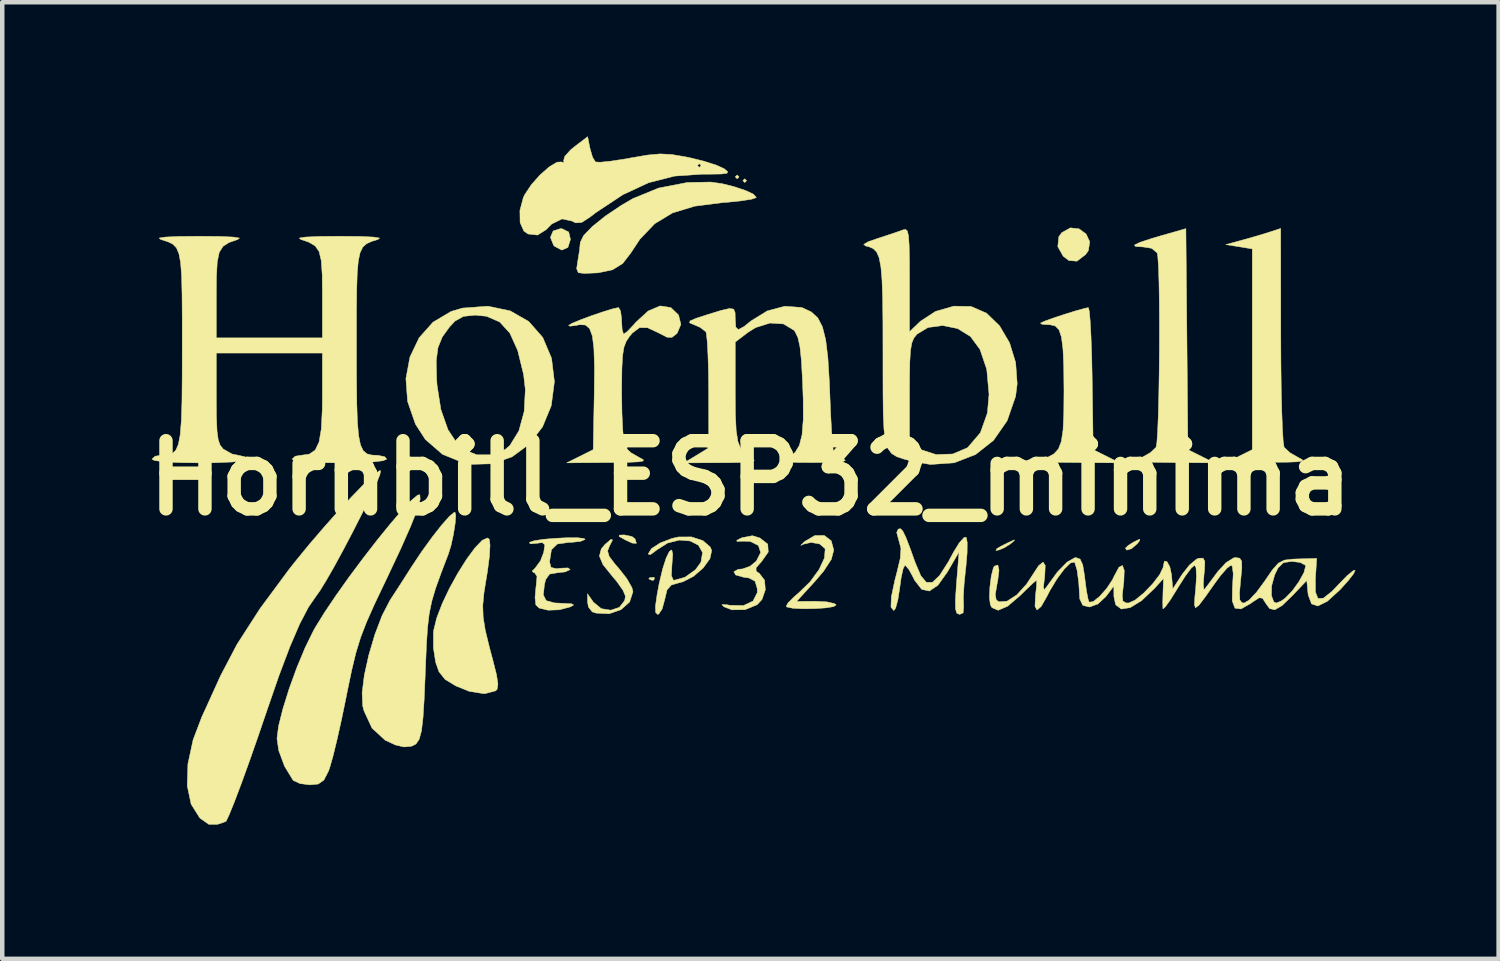
<source format=kicad_pcb>
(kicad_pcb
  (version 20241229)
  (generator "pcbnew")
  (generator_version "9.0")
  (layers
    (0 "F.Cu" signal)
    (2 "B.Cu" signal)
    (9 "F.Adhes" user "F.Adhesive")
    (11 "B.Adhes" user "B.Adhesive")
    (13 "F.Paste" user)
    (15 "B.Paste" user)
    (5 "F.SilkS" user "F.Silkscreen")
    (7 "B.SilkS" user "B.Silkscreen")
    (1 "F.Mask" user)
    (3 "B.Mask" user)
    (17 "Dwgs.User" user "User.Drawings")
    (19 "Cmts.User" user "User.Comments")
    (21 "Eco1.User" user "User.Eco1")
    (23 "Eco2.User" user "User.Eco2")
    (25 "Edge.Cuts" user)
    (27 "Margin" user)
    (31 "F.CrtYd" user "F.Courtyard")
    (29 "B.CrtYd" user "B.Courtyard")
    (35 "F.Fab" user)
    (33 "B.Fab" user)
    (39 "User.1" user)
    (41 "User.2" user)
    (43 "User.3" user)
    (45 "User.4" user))
  (footprint "Hornbill_ESP32_minima"
    (layer "F.Cu")
    (at 13.723 7.635)
    (property "Reference" "Hornbill_ESP32_minima" (at 0 0 0) (layer "F.SilkS") (effects (font (size 1.524 1.524) (thickness 0.3))))
    (attr through_hole)
    (fp_poly (pts (xy -0.254 -6.731) (xy -0.296 -6.689) (xy -0.339 -6.731) (xy -0.296 -6.773) (xy -0.254 -6.731)) (stroke (width 0.01) (type solid)) (fill yes) (layer "F.SilkS"))
    (fp_poly (pts (xy -0.085 -6.646) (xy -0.127 -6.604) (xy -0.169 -6.646) (xy -0.127 -6.689) (xy -0.085 -6.646)) (stroke (width 0.01) (type solid)) (fill yes) (layer "F.SilkS"))
    (fp_poly (pts (xy -2.145 2.23) (xy -2.157 2.28) (xy -2.201 2.286) (xy -2.271 2.255) (xy -2.258 2.23) (xy -2.157 2.219) (xy -2.145 2.23)) (stroke (width 0.01) (type solid)) (fill yes) (layer "F.SilkS"))
    (fp_poly (pts (xy -2.648 1.307) (xy -2.579 1.36) (xy -2.547 1.46) (xy -2.643 1.454) (xy -2.794 1.384) (xy -2.935 1.305) (xy -2.93 1.276) (xy -2.82 1.271) (xy -2.648 1.307)) (stroke (width 0.01) (type solid)) (fill yes) (layer "F.SilkS"))
    (fp_poly (pts (xy 8.701 1.399) (xy 8.647 1.468) (xy 8.52 1.578) (xy 8.414 1.611) (xy 8.382 1.569) (xy 8.447 1.505) (xy 8.572 1.428) (xy 8.701 1.366) (xy 8.701 1.399)) (stroke (width 0.01) (type solid)) (fill yes) (layer "F.SilkS"))
    (fp_poly (pts (xy 5.897 1.4) (xy 5.805 1.477) (xy 5.683 1.554) (xy 5.56 1.607) (xy 5.487 1.62) (xy 5.51 1.578) (xy 5.605 1.522) (xy 5.757 1.446) (xy 5.898 1.382) (xy 5.897 1.4)) (stroke (width 0.01) (type solid)) (fill yes) (layer "F.SilkS"))
    (fp_poly (pts (xy -4.213 -5.573) (xy -4.061 -5.499) (xy -4.022 -5.335) (xy -4.079 -5.154) (xy -4.216 -5.095) (xy -4.378 -5.18) (xy -4.399 -5.202) (xy -4.47 -5.38) (xy -4.409 -5.523) (xy -4.243 -5.576) (xy -4.213 -5.573)) (stroke (width 0.01) (type solid)) (fill yes) (layer "F.SilkS"))
    (fp_poly (pts (xy 7.347 -5.57) (xy 7.504 -5.455) (xy 7.585 -5.281) (xy 7.554 -5.083) (xy 7.493 -4.996) (xy 7.299 -4.847) (xy 7.117 -4.862) (xy 6.991 -4.959) (xy 6.871 -5.172) (xy 6.893 -5.392) (xy 6.96 -5.486) (xy 7.153 -5.592) (xy 7.347 -5.57)) (stroke (width 0.01) (type solid)) (fill yes) (layer "F.SilkS"))
    (fp_poly (pts (xy -3.081 1.383) (xy -3.148 1.517) (xy -3.192 1.63) (xy -3.157 1.751) (xy -3.025 1.926) (xy -2.937 2.025) (xy -2.762 2.249) (xy -2.648 2.45) (xy -2.625 2.54) (xy -2.7 2.771) (xy -2.894 2.943) (xy -3.16 3.034) (xy -3.451 3.019) (xy -3.535 2.992) (xy -3.62 2.883) (xy -3.641 2.768) (xy -3.641 2.587) (xy -3.509 2.775) (xy -3.332 2.92) (xy -3.12 2.954) (xy -2.928 2.89) (xy -2.809 2.736) (xy -2.794 2.639) (xy -2.847 2.511) (xy -2.984 2.316) (xy -3.09 2.19) (xy -3.296 1.934) (xy -3.375 1.744) (xy -3.334 1.585) (xy -3.254 1.488) (xy -3.118 1.371) (xy -3.081 1.383)) (stroke (width 0.01) (type solid)) (fill yes) (layer "F.SilkS"))
    (fp_poly (pts (xy 11.855 -3.192) (xy 11.858 -2.568) (xy 11.865 -1.997) (xy 11.877 -1.501) (xy 11.892 -1.103) (xy 11.909 -0.825) (xy 11.929 -0.691) (xy 11.932 -0.685) (xy 12.061 -0.565) (xy 12.248 -0.458) (xy 12.336 -0.411) (xy 12.336 -0.381) (xy 12.228 -0.363) (xy 11.993 -0.354) (xy 11.609 -0.353) (xy 11.572 -0.353) (xy 11.172 -0.354) (xy 10.92 -0.36) (xy 10.796 -0.375) (xy 10.78 -0.404) (xy 10.852 -0.451) (xy 10.937 -0.495) (xy 11.218 -0.635) (xy 11.218 -5.122) (xy 10.922 -5.17) (xy 10.626 -5.218) (xy 11.007 -5.322) (xy 11.296 -5.404) (xy 11.558 -5.483) (xy 11.62 -5.503) (xy 11.853 -5.579) (xy 11.855 -3.192)) (stroke (width 0.01) (type solid)) (fill yes) (layer "F.SilkS"))
    (fp_poly (pts (xy -5.835 1.37) (xy -5.82 1.502) (xy -5.834 1.754) (xy -5.876 2.079) (xy -5.897 2.204) (xy -5.955 2.563) (xy -5.982 2.848) (xy -5.973 3.112) (xy -5.926 3.404) (xy -5.835 3.778) (xy -5.76 4.059) (xy -5.675 4.397) (xy -5.643 4.607) (xy -5.661 4.721) (xy -5.694 4.756) (xy -5.945 4.822) (xy -6.283 4.768) (xy -6.582 4.648) (xy -6.825 4.501) (xy -6.962 4.328) (xy -7.035 4.12) (xy -7.085 3.797) (xy -7.085 3.455) (xy -7.079 3.401) (xy -7.012 3.129) (xy -6.889 2.807) (xy -6.725 2.462) (xy -6.537 2.122) (xy -6.342 1.812) (xy -6.156 1.56) (xy -5.996 1.393) (xy -5.878 1.339) (xy -5.835 1.37)) (stroke (width 0.01) (type solid)) (fill yes) (layer "F.SilkS"))
    (fp_poly (pts (xy -0.635 -6.58) (xy -0.361 -6.512) (xy -0.112 -6.429) (xy 0.067 -6.345) (xy 0.131 -6.275) (xy 0.128 -6.267) (xy 0.032 -6.234) (xy -0.191 -6.198) (xy -0.501 -6.165) (xy -0.624 -6.156) (xy -1.247 -6.076) (xy -1.742 -5.925) (xy -2.139 -5.685) (xy -2.47 -5.338) (xy -2.676 -5.027) (xy -2.855 -4.795) (xy -3.083 -4.654) (xy -3.402 -4.587) (xy -3.714 -4.573) (xy -3.847 -4.59) (xy -3.884 -4.678) (xy -3.859 -4.847) (xy -3.82 -5.086) (xy -3.802 -5.269) (xy -3.729 -5.419) (xy -3.532 -5.623) (xy -3.239 -5.858) (xy -2.878 -6.1) (xy -2.625 -6.247) (xy -2.051 -6.482) (xy -1.409 -6.606) (xy -0.889 -6.616) (xy -0.635 -6.58)) (stroke (width 0.01) (type solid)) (fill yes) (layer "F.SilkS"))
    (fp_poly (pts (xy 1.807 1.403) (xy 1.863 1.611) (xy 1.808 1.819) (xy 1.635 2.084) (xy 1.447 2.304) (xy 1.032 2.758) (xy 1.46 2.755) (xy 1.71 2.768) (xy 1.879 2.806) (xy 1.918 2.836) (xy 1.857 2.875) (xy 1.678 2.903) (xy 1.433 2.919) (xy 1.173 2.922) (xy 0.95 2.911) (xy 0.815 2.882) (xy 0.799 2.87) (xy 0.84 2.792) (xy 0.98 2.652) (xy 1.083 2.564) (xy 1.336 2.318) (xy 1.535 2.045) (xy 1.655 1.788) (xy 1.671 1.59) (xy 1.667 1.577) (xy 1.55 1.475) (xy 1.356 1.439) (xy 1.168 1.483) (xy 1.137 1.503) (xy 1.127 1.503) (xy 1.214 1.418) (xy 1.44 1.285) (xy 1.652 1.284) (xy 1.807 1.403)) (stroke (width 0.01) (type solid)) (fill yes) (layer "F.SilkS"))
    (fp_poly (pts (xy 9.757 -3.105) (xy 9.779 -0.635) (xy 10.075 -0.487) (xy 10.372 -0.339) (xy 9.44 -0.346) (xy 9.04 -0.351) (xy 8.79 -0.36) (xy 8.669 -0.378) (xy 8.657 -0.408) (xy 8.735 -0.452) (xy 8.749 -0.459) (xy 8.946 -0.572) (xy 9.066 -0.685) (xy 9.086 -0.799) (xy 9.103 -1.053) (xy 9.118 -1.42) (xy 9.129 -1.87) (xy 9.137 -2.375) (xy 9.142 -2.906) (xy 9.143 -3.434) (xy 9.14 -3.932) (xy 9.133 -4.37) (xy 9.122 -4.72) (xy 9.106 -4.952) (xy 9.093 -5.031) (xy 8.969 -5.135) (xy 8.782 -5.165) (xy 8.611 -5.175) (xy 8.583 -5.208) (xy 8.706 -5.268) (xy 8.984 -5.36) (xy 9.174 -5.415) (xy 9.734 -5.575) (xy 9.757 -3.105)) (stroke (width 0.01) (type solid)) (fill yes) (layer "F.SilkS"))
    (fp_poly (pts (xy 7.575 -3.729) (xy 7.595 -3.506) (xy 7.613 -3.166) (xy 7.629 -2.735) (xy 7.639 -2.239) (xy 7.639 -2.223) (xy 7.662 -0.635) (xy 8.255 -0.339) (xy 7.324 -0.346) (xy 6.923 -0.35) (xy 6.672 -0.359) (xy 6.55 -0.377) (xy 6.537 -0.405) (xy 6.613 -0.449) (xy 6.645 -0.464) (xy 6.786 -0.542) (xy 6.885 -0.65) (xy 6.95 -0.818) (xy 6.988 -1.071) (xy 7.005 -1.438) (xy 7.009 -1.946) (xy 7.009 -1.947) (xy 7.004 -2.487) (xy 6.987 -2.88) (xy 6.953 -3.148) (xy 6.898 -3.313) (xy 6.815 -3.398) (xy 6.7 -3.426) (xy 6.67 -3.426) (xy 6.518 -3.437) (xy 6.484 -3.464) (xy 6.58 -3.508) (xy 6.783 -3.581) (xy 7.038 -3.665) (xy 7.29 -3.743) (xy 7.484 -3.796) (xy 7.555 -3.809) (xy 7.575 -3.729)) (stroke (width 0.01) (type solid)) (fill yes) (layer "F.SilkS"))
    (fp_poly (pts (xy 0.212 1.34) (xy 0.388 1.477) (xy 0.399 1.654) (xy 0.245 1.872) (xy 0.243 1.874) (xy 0.126 2.007) (xy 0.129 2.083) (xy 0.2 2.132) (xy 0.316 2.282) (xy 0.334 2.498) (xy 0.259 2.714) (xy 0.15 2.832) (xy -0.121 2.943) (xy -0.414 2.946) (xy -0.593 2.877) (xy -0.637 2.828) (xy -0.532 2.831) (xy -0.455 2.845) (xy -0.154 2.85) (xy 0.059 2.749) (xy 0.154 2.56) (xy 0.153 2.471) (xy 0.104 2.307) (xy -0.03 2.234) (xy -0.15 2.217) (xy -0.328 2.168) (xy -0.371 2.095) (xy -0.273 2.04) (xy -0.177 2.032) (xy -0.01 1.973) (xy 0.131 1.858) (xy 0.229 1.665) (xy 0.179 1.508) (xy 0.001 1.419) (xy -0.139 1.411) (xy -0.3 1.416) (xy -0.304 1.392) (xy -0.19 1.334) (xy 0.044 1.289) (xy 0.212 1.34)) (stroke (width 0.01) (type solid)) (fill yes) (layer "F.SilkS"))
    (fp_poly (pts (xy -6.586 0.835) (xy -6.6 1.02) (xy -6.638 1.261) (xy -6.692 1.508) (xy -6.749 1.693) (xy -6.915 2.127) (xy -7.037 2.466) (xy -7.122 2.754) (xy -7.179 3.031) (xy -7.216 3.341) (xy -7.241 3.725) (xy -7.262 4.225) (xy -7.268 4.385) (xy -7.292 4.947) (xy -7.318 5.361) (xy -7.352 5.651) (xy -7.403 5.839) (xy -7.476 5.946) (xy -7.577 5.996) (xy -7.714 6.009) (xy -7.747 6.01) (xy -7.934 5.967) (xy -8.158 5.863) (xy -8.17 5.855) (xy -8.458 5.59) (xy -8.637 5.204) (xy -8.666 5.093) (xy -8.679 4.803) (xy -8.63 4.409) (xy -8.53 3.958) (xy -8.394 3.497) (xy -8.232 3.073) (xy -8.057 2.735) (xy -8.041 2.709) (xy -7.923 2.529) (xy -7.753 2.265) (xy -7.578 1.99) (xy -7.35 1.648) (xy -7.116 1.325) (xy -6.901 1.051) (xy -6.726 0.854) (xy -6.616 0.764) (xy -6.604 0.762) (xy -6.586 0.835)) (stroke (width 0.01) (type solid)) (fill yes) (layer "F.SilkS"))
    (fp_poly (pts (xy -7.382 0.479) (xy -7.45 0.715) (xy -7.596 1.084) (xy -7.82 1.59) (xy -8.126 2.24) (xy -8.168 2.328) (xy -8.405 2.826) (xy -8.581 3.222) (xy -8.713 3.566) (xy -8.818 3.907) (xy -8.912 4.296) (xy -9.013 4.781) (xy -9.04 4.918) (xy -9.139 5.397) (xy -9.238 5.84) (xy -9.328 6.21) (xy -9.402 6.471) (xy -9.429 6.548) (xy -9.535 6.753) (xy -9.661 6.84) (xy -9.849 6.858) (xy -10.07 6.829) (xy -10.217 6.759) (xy -10.224 6.752) (xy -10.413 6.442) (xy -10.543 6.091) (xy -10.582 5.825) (xy -10.547 5.546) (xy -10.45 5.159) (xy -10.309 4.708) (xy -10.138 4.237) (xy -9.952 3.79) (xy -9.766 3.411) (xy -9.725 3.338) (xy -9.515 2.999) (xy -9.255 2.613) (xy -8.962 2.201) (xy -8.651 1.785) (xy -8.341 1.385) (xy -8.048 1.024) (xy -7.789 0.722) (xy -7.581 0.501) (xy -7.439 0.383) (xy -7.388 0.373) (xy -7.382 0.479)) (stroke (width 0.01) (type solid)) (fill yes) (layer "F.SilkS"))
    (fp_poly (pts (xy -1.062 1.399) (xy -0.896 1.543) (xy -0.865 1.621) (xy -0.905 1.803) (xy -1.055 2.01) (xy -1.271 2.197) (xy -1.508 2.319) (xy -1.572 2.335) (xy -1.767 2.391) (xy -1.864 2.501) (xy -1.916 2.719) (xy -1.973 2.927) (xy -2.05 3.041) (xy -2.073 3.048) (xy -2.118 3.007) (xy -2.123 2.869) (xy -2.086 2.608) (xy -2.039 2.356) (xy -1.961 2.03) (xy -1.882 1.785) (xy -1.81 1.639) (xy -1.758 1.606) (xy -1.736 1.703) (xy -1.754 1.943) (xy -1.766 2.183) (xy -1.721 2.284) (xy -1.708 2.286) (xy -1.463 2.218) (xy -1.229 2.051) (xy -1.105 1.881) (xy -1.07 1.664) (xy -1.162 1.502) (xy -1.346 1.407) (xy -1.586 1.387) (xy -1.849 1.452) (xy -2.098 1.61) (xy -2.109 1.62) (xy -2.233 1.711) (xy -2.286 1.7) (xy -2.286 1.699) (xy -2.211 1.577) (xy -2.018 1.452) (xy -1.757 1.351) (xy -1.609 1.317) (xy -1.318 1.316) (xy -1.062 1.399)) (stroke (width 0.01) (type solid)) (fill yes) (layer "F.SilkS"))
    (fp_poly (pts (xy -8.282 -0.074) (xy -8.367 0.135) (xy -8.506 0.435) (xy -8.682 0.797) (xy -8.882 1.191) (xy -9.091 1.589) (xy -9.294 1.963) (xy -9.477 2.283) (xy -9.623 2.521) (xy -9.698 2.625) (xy -9.879 2.887) (xy -10.076 3.265) (xy -10.293 3.77) (xy -10.537 4.416) (xy -10.794 5.159) (xy -11.002 5.769) (xy -11.2 6.336) (xy -11.381 6.835) (xy -11.535 7.242) (xy -11.653 7.533) (xy -11.72 7.673) (xy -11.795 7.703) (xy -11.915 7.742) (xy -12.103 7.742) (xy -12.298 7.606) (xy -12.31 7.594) (xy -12.501 7.29) (xy -12.588 6.879) (xy -12.573 6.391) (xy -12.457 5.852) (xy -12.26 5.334) (xy -12.128 5.047) (xy -11.967 4.692) (xy -11.844 4.421) (xy -11.474 3.715) (xy -10.962 2.92) (xy -10.31 2.039) (xy -10.178 1.872) (xy -9.868 1.492) (xy -9.539 1.109) (xy -9.212 0.741) (xy -8.904 0.41) (xy -8.637 0.135) (xy -8.428 -0.062) (xy -8.297 -0.16) (xy -8.265 -0.165) (xy -8.282 -0.074)) (stroke (width 0.01) (type solid)) (fill yes) (layer "F.SilkS"))
    (fp_poly (pts (xy -5.369 -3.737) (xy -4.955 -3.5) (xy -4.642 -3.143) (xy -4.445 -2.679) (xy -4.381 -2.154) (xy -4.451 -1.616) (xy -4.646 -1.144) (xy -4.944 -0.757) (xy -5.324 -0.476) (xy -5.765 -0.319) (xy -6.245 -0.306) (xy -6.404 -0.335) (xy -6.884 -0.531) (xy -7.267 -0.864) (xy -7.487 -1.205) (xy -7.663 -1.713) (xy -7.7 -2.223) (xy -7.625 -2.625) (xy -7.022 -2.625) (xy -7.014 -2.229) (xy -7.004 -2.076) (xy -6.919 -1.533) (xy -6.76 -1.081) (xy -6.54 -0.748) (xy -6.417 -0.641) (xy -6.116 -0.519) (xy -5.783 -0.519) (xy -5.484 -0.636) (xy -5.377 -0.727) (xy -5.175 -1.054) (xy -5.057 -1.487) (xy -5.031 -1.977) (xy -5.069 -2.311) (xy -5.201 -2.85) (xy -5.376 -3.238) (xy -5.604 -3.488) (xy -5.899 -3.616) (xy -6.15 -3.641) (xy -6.414 -3.614) (xy -6.603 -3.508) (xy -6.723 -3.38) (xy -6.887 -3.153) (xy -6.983 -2.917) (xy -7.022 -2.625) (xy -7.625 -2.625) (xy -7.61 -2.706) (xy -7.404 -3.136) (xy -7.094 -3.484) (xy -6.69 -3.724) (xy -6.435 -3.799) (xy -5.868 -3.841) (xy -5.369 -3.737)) (stroke (width 0.01) (type solid)) (fill yes) (layer "F.SilkS"))
    (fp_poly (pts (xy -3.858 1.335) (xy -3.716 1.352) (xy -3.695 1.373) (xy -3.798 1.416) (xy -4.002 1.438) (xy -4.06 1.439) (xy -4.315 1.475) (xy -4.447 1.602) (xy -4.487 1.854) (xy -4.487 1.879) (xy -4.458 1.998) (xy -4.338 2.026) (xy -4.238 2.015) (xy -4.077 2.009) (xy -4.03 2.044) (xy -4.031 2.047) (xy -4.139 2.098) (xy -4.312 2.117) (xy -4.488 2.146) (xy -4.576 2.269) (xy -4.603 2.379) (xy -4.629 2.613) (xy -4.565 2.74) (xy -4.382 2.791) (xy -4.207 2.8) (xy -4.002 2.81) (xy -3.951 2.837) (xy -4.022 2.879) (xy -4.27 2.945) (xy -4.522 2.954) (xy -4.72 2.907) (xy -4.796 2.836) (xy -4.814 2.669) (xy -4.793 2.435) (xy -4.789 2.412) (xy -4.77 2.198) (xy -4.823 2.118) (xy -4.838 2.117) (xy -4.879 2.081) (xy -4.81 2.011) (xy -4.693 1.852) (xy -4.62 1.661) (xy -4.594 1.493) (xy -4.652 1.443) (xy -4.786 1.46) (xy -4.923 1.471) (xy -4.938 1.437) (xy -4.83 1.401) (xy -4.621 1.369) (xy -4.357 1.347) (xy -4.087 1.334) (xy -3.858 1.335)) (stroke (width 0.01) (type solid)) (fill yes) (layer "F.SilkS"))
    (fp_poly (pts (xy 3.405 1.183) (xy 3.474 1.322) (xy 3.571 1.575) (xy 3.684 1.89) (xy 3.809 2.184) (xy 3.933 2.332) (xy 4.068 2.332) (xy 4.228 2.18) (xy 4.424 1.873) (xy 4.538 1.662) (xy 4.667 1.45) (xy 4.774 1.331) (xy 4.823 1.323) (xy 4.846 1.438) (xy 4.844 1.672) (xy 4.818 1.98) (xy 4.811 2.032) (xy 4.777 2.368) (xy 4.76 2.66) (xy 4.765 2.848) (xy 4.767 2.857) (xy 4.755 3.014) (xy 4.676 3.048) (xy 4.615 3.023) (xy 4.585 2.928) (xy 4.582 2.732) (xy 4.603 2.403) (xy 4.607 2.349) (xy 4.664 1.651) (xy 4.402 2.101) (xy 4.191 2.397) (xy 4 2.526) (xy 3.828 2.488) (xy 3.67 2.284) (xy 3.641 2.224) (xy 3.542 2.043) (xy 3.463 1.952) (xy 3.454 1.949) (xy 3.414 2.025) (xy 3.37 2.223) (xy 3.338 2.455) (xy 3.296 2.723) (xy 3.246 2.907) (xy 3.206 2.963) (xy 3.142 2.887) (xy 3.15 2.659) (xy 3.229 2.282) (xy 3.273 2.116) (xy 3.35 1.793) (xy 3.365 1.573) (xy 3.321 1.404) (xy 3.319 1.4) (xy 3.27 1.216) (xy 3.305 1.141) (xy 3.354 1.132) (xy 3.405 1.183)) (stroke (width 0.01) (type solid)) (fill yes) (layer "F.SilkS"))
    (fp_poly (pts (xy -3.586 -7.369) (xy -3.529 -7.173) (xy -3.464 -7.065) (xy -3.463 -7.065) (xy -3.353 -7.059) (xy -3.119 -7.083) (xy -2.806 -7.131) (xy -2.68 -7.154) (xy -2.302 -7.219) (xy -2.019 -7.245) (xy -1.761 -7.232) (xy -1.458 -7.181) (xy -1.364 -7.162) (xy -1.038 -7.082) (xy -0.759 -6.993) (xy -0.586 -6.914) (xy -0.584 -6.912) (xy -0.51 -6.851) (xy -0.521 -6.814) (xy -0.642 -6.796) (xy -0.896 -6.792) (xy -1.071 -6.792) (xy -1.695 -6.749) (xy -2.275 -6.601) (xy -2.848 -6.335) (xy -3.452 -5.935) (xy -3.587 -5.832) (xy -3.771 -5.713) (xy -3.905 -5.703) (xy -3.991 -5.745) (xy -4.21 -5.792) (xy -4.442 -5.678) (xy -4.568 -5.55) (xy -4.759 -5.431) (xy -4.971 -5.455) (xy -5.063 -5.52) (xy -5.148 -5.71) (xy -5.152 -5.981) (xy -5.076 -6.268) (xy -5.045 -6.333) (xy -4.896 -6.558) (xy -4.7 -6.777) (xy -4.497 -6.955) (xy -4.448 -6.985) (xy -1.185 -6.985) (xy -1.143 -6.943) (xy -1.101 -6.985) (xy -1.143 -7.027) (xy -1.185 -6.985) (xy -4.448 -6.985) (xy -4.323 -7.06) (xy -4.228 -7.066) (xy -4.162 -7.049) (xy -4.177 -7.089) (xy -4.15 -7.189) (xy -4.017 -7.337) (xy -3.935 -7.404) (xy -3.638 -7.63) (xy -3.586 -7.369)) (stroke (width 0.01) (type solid)) (fill yes) (layer "F.SilkS"))
    (fp_poly (pts (xy -1.78 -3.811) (xy -1.778 -3.81) (xy -1.606 -3.645) (xy -1.554 -3.434) (xy -1.636 -3.239) (xy -1.645 -3.229) (xy -1.753 -3.144) (xy -1.863 -3.147) (xy -2.042 -3.239) (xy -2.297 -3.359) (xy -2.478 -3.362) (xy -2.639 -3.241) (xy -2.703 -3.164) (xy -2.777 -3.053) (xy -2.827 -2.921) (xy -2.857 -2.734) (xy -2.872 -2.459) (xy -2.877 -2.06) (xy -2.877 -1.872) (xy -2.871 -1.456) (xy -2.855 -1.095) (xy -2.831 -0.827) (xy -2.803 -0.689) (xy -2.8 -0.685) (xy -2.671 -0.566) (xy -2.484 -0.459) (xy -2.397 -0.412) (xy -2.396 -0.381) (xy -2.503 -0.362) (xy -2.737 -0.351) (xy -3.117 -0.346) (xy -3.175 -0.346) (xy -4.106 -0.339) (xy -3.81 -0.487) (xy -3.514 -0.635) (xy -3.49 -1.918) (xy -3.485 -2.479) (xy -3.498 -2.891) (xy -3.532 -3.172) (xy -3.595 -3.342) (xy -3.689 -3.421) (xy -3.822 -3.427) (xy -3.893 -3.412) (xy -4.03 -3.394) (xy -4.064 -3.411) (xy -3.991 -3.456) (xy -3.807 -3.533) (xy -3.561 -3.625) (xy -3.303 -3.713) (xy -3.083 -3.781) (xy -2.951 -3.81) (xy -2.947 -3.81) (xy -2.902 -3.736) (xy -2.879 -3.552) (xy -2.879 -3.514) (xy -2.867 -3.318) (xy -2.837 -3.22) (xy -2.831 -3.217) (xy -2.751 -3.276) (xy -2.612 -3.422) (xy -2.563 -3.479) (xy -2.288 -3.732) (xy -2.019 -3.847) (xy -1.78 -3.811)) (stroke (width 0.01) (type solid)) (fill yes) (layer "F.SilkS"))
    (fp_poly (pts (xy 3.508 -5.522) (xy 3.534 -5.412) (xy 3.548 -5.206) (xy 3.555 -4.877) (xy 3.556 -4.438) (xy 3.556 -3.27) (xy 3.801 -3.505) (xy 4.138 -3.725) (xy 4.547 -3.842) (xy 4.933 -3.835) (xy 5.277 -3.685) (xy 5.569 -3.403) (xy 5.792 -3.024) (xy 5.929 -2.581) (xy 5.963 -2.108) (xy 5.928 -1.827) (xy 5.739 -1.281) (xy 5.435 -0.843) (xy 5.034 -0.526) (xy 4.557 -0.341) (xy 4.026 -0.303) (xy 3.624 -0.371) (xy 3.426 -0.425) (xy 3.271 -0.477) (xy 3.156 -0.549) (xy 3.073 -0.661) (xy 3.019 -0.833) (xy 2.986 -1.085) (xy 2.969 -1.439) (xy 2.964 -1.908) (xy 3.556 -1.908) (xy 3.556 -0.767) (xy 3.789 -0.641) (xy 4.149 -0.525) (xy 4.521 -0.537) (xy 4.843 -0.673) (xy 4.867 -0.692) (xy 5.141 -1.014) (xy 5.297 -1.453) (xy 5.334 -1.871) (xy 5.283 -2.428) (xy 5.132 -2.874) (xy 4.92 -3.163) (xy 4.632 -3.341) (xy 4.296 -3.409) (xy 3.971 -3.365) (xy 3.725 -3.217) (xy 3.656 -3.133) (xy 3.609 -3.023) (xy 3.579 -2.855) (xy 3.563 -2.599) (xy 3.557 -2.224) (xy 3.556 -1.908) (xy 2.964 -1.908) (xy 2.964 -1.914) (xy 2.963 -2.53) (xy 2.963 -2.788) (xy 2.962 -3.476) (xy 2.956 -4.014) (xy 2.942 -4.422) (xy 2.917 -4.717) (xy 2.878 -4.921) (xy 2.822 -5.051) (xy 2.746 -5.128) (xy 2.647 -5.17) (xy 2.582 -5.185) (xy 2.532 -5.222) (xy 2.638 -5.284) (xy 2.836 -5.353) (xy 3.109 -5.442) (xy 3.332 -5.518) (xy 3.408 -5.546) (xy 3.467 -5.558) (xy 3.508 -5.522)) (stroke (width 0.01) (type solid)) (fill yes) (layer "F.SilkS"))
    (fp_poly (pts (xy 1.137 -3.813) (xy 1.175 -3.801) (xy 1.363 -3.712) (xy 1.506 -3.58) (xy 1.61 -3.38) (xy 1.683 -3.09) (xy 1.732 -2.686) (xy 1.765 -2.145) (xy 1.775 -1.891) (xy 1.793 -1.442) (xy 1.814 -1.057) (xy 1.835 -0.766) (xy 1.854 -0.598) (xy 1.863 -0.57) (xy 1.963 -0.503) (xy 2.074 -0.438) (xy 2.122 -0.394) (xy 2.061 -0.366) (xy 1.873 -0.35) (xy 1.538 -0.345) (xy 1.439 -0.345) (xy 1.072 -0.347) (xy 0.852 -0.355) (xy 0.757 -0.375) (xy 0.767 -0.41) (xy 0.858 -0.466) (xy 0.864 -0.47) (xy 1 -0.574) (xy 1.095 -0.731) (xy 1.154 -0.965) (xy 1.181 -1.301) (xy 1.18 -1.764) (xy 1.165 -2.172) (xy 1.14 -2.621) (xy 1.108 -2.933) (xy 1.062 -3.139) (xy 0.999 -3.27) (xy 0.972 -3.304) (xy 0.739 -3.445) (xy 0.438 -3.464) (xy 0.116 -3.363) (xy -0.056 -3.255) (xy -0.339 -3.039) (xy -0.339 -1.917) (xy -0.335 -1.421) (xy -0.318 -1.064) (xy -0.28 -0.818) (xy -0.214 -0.651) (xy -0.112 -0.536) (xy 0.034 -0.441) (xy 0.042 -0.436) (xy 0.086 -0.394) (xy 0.019 -0.365) (xy -0.177 -0.349) (xy -0.52 -0.342) (xy -0.635 -0.342) (xy -1.482 -0.339) (xy -1.206 -0.507) (xy -0.931 -0.675) (xy -0.933 -1.925) (xy -0.937 -2.373) (xy -0.949 -2.763) (xy -0.966 -3.063) (xy -0.986 -3.239) (xy -0.996 -3.269) (xy -1.12 -3.366) (xy -1.265 -3.429) (xy -1.36 -3.469) (xy -1.349 -3.512) (xy -1.212 -3.571) (xy -0.969 -3.65) (xy -0.653 -3.747) (xy -0.465 -3.79) (xy -0.373 -3.775) (xy -0.342 -3.695) (xy -0.339 -3.556) (xy -0.327 -3.373) (xy -0.271 -3.318) (xy -0.144 -3.385) (xy 0.013 -3.511) (xy 0.376 -3.735) (xy 0.769 -3.84) (xy 1.137 -3.813)) (stroke (width 0.01) (type solid)) (fill yes) (layer "F.SilkS"))
    (fp_poly (pts (xy -8.72 -5.4) (xy -8.421 -5.386) (xy -8.289 -5.364) (xy -8.324 -5.333) (xy -8.468 -5.288) (xy -8.579 -5.238) (xy -8.663 -5.163) (xy -8.723 -5.042) (xy -8.764 -4.855) (xy -8.788 -4.582) (xy -8.8 -4.204) (xy -8.805 -3.701) (xy -8.805 -3.051) (xy -8.805 -2.917) (xy -8.804 -2.216) (xy -8.798 -1.666) (xy -8.784 -1.248) (xy -8.757 -0.946) (xy -8.715 -0.739) (xy -8.654 -0.61) (xy -8.571 -0.541) (xy -8.461 -0.513) (xy -8.334 -0.508) (xy -8.177 -0.478) (xy -8.128 -0.423) (xy -8.21 -0.387) (xy -8.442 -0.359) (xy -8.806 -0.343) (xy -9.186 -0.339) (xy -9.645 -0.345) (xy -9.986 -0.364) (xy -10.191 -0.393) (xy -10.245 -0.423) (xy -10.173 -0.488) (xy -10.046 -0.508) (xy -9.86 -0.534) (xy -9.727 -0.625) (xy -9.641 -0.806) (xy -9.591 -1.098) (xy -9.57 -1.525) (xy -9.567 -1.806) (xy -9.567 -2.794) (xy -11.938 -2.794) (xy -11.938 -1.791) (xy -11.935 -1.352) (xy -11.922 -1.05) (xy -11.895 -0.854) (xy -11.851 -0.731) (xy -11.783 -0.648) (xy -11.783 -0.648) (xy -11.587 -0.537) (xy -11.444 -0.508) (xy -11.299 -0.475) (xy -11.261 -0.423) (xy -11.342 -0.387) (xy -11.574 -0.359) (xy -11.939 -0.343) (xy -12.319 -0.339) (xy -12.777 -0.345) (xy -13.118 -0.364) (xy -13.323 -0.393) (xy -13.377 -0.423) (xy -13.305 -0.488) (xy -13.172 -0.508) (xy -13.034 -0.514) (xy -12.927 -0.545) (xy -12.845 -0.618) (xy -12.786 -0.753) (xy -12.745 -0.967) (xy -12.72 -1.279) (xy -12.706 -1.707) (xy -12.701 -2.269) (xy -12.7 -2.917) (xy -12.7 -3.595) (xy -12.704 -4.123) (xy -12.714 -4.522) (xy -12.736 -4.812) (xy -12.773 -5.013) (xy -12.829 -5.145) (xy -12.909 -5.227) (xy -13.015 -5.28) (xy -13.153 -5.324) (xy -13.181 -5.333) (xy -13.216 -5.364) (xy -13.082 -5.386) (xy -12.781 -5.4) (xy -12.319 -5.404) (xy -11.853 -5.4) (xy -11.553 -5.386) (xy -11.421 -5.364) (xy -11.457 -5.333) (xy -11.654 -5.264) (xy -11.789 -5.178) (xy -11.873 -5.043) (xy -11.917 -4.828) (xy -11.935 -4.503) (xy -11.938 -4.096) (xy -11.938 -3.133) (xy -9.567 -3.133) (xy -9.567 -4.096) (xy -9.571 -4.546) (xy -9.592 -4.857) (xy -9.64 -5.061) (xy -9.729 -5.189) (xy -9.87 -5.272) (xy -10.049 -5.333) (xy -10.083 -5.364) (xy -9.949 -5.386) (xy -9.648 -5.4) (xy -9.186 -5.404) (xy -8.72 -5.4)) (stroke (width 0.01) (type solid)) (fill yes) (layer "F.SilkS"))
    (fp_poly (pts (xy 10.938 1.792) (xy 10.981 1.859) (xy 10.984 2.018) (xy 10.958 2.286) (xy 10.932 2.571) (xy 10.94 2.725) (xy 10.987 2.787) (xy 11.036 2.794) (xy 11.148 2.728) (xy 11.242 2.628) (xy 11.646 2.628) (xy 11.7 2.769) (xy 11.758 2.794) (xy 11.869 2.746) (xy 11.951 2.688) (xy 12.112 2.523) (xy 12.263 2.313) (xy 12.374 2.111) (xy 12.41 1.969) (xy 12.404 1.948) (xy 12.289 1.887) (xy 12.098 1.863) (xy 11.914 1.892) (xy 11.794 2.009) (xy 11.718 2.165) (xy 11.651 2.409) (xy 11.646 2.628) (xy 11.242 2.628) (xy 11.312 2.554) (xy 11.492 2.309) (xy 11.493 2.307) (xy 11.669 2.051) (xy 11.8 1.904) (xy 11.934 1.835) (xy 12.12 1.812) (xy 12.237 1.808) (xy 12.658 1.796) (xy 12.629 2.253) (xy 12.63 2.548) (xy 12.686 2.692) (xy 12.807 2.686) (xy 13.001 2.532) (xy 13.162 2.363) (xy 13.34 2.181) (xy 13.472 2.073) (xy 13.517 2.059) (xy 13.485 2.136) (xy 13.36 2.297) (xy 13.179 2.497) (xy 12.896 2.755) (xy 12.684 2.86) (xy 12.542 2.812) (xy 12.468 2.613) (xy 12.462 2.562) (xy 12.436 2.29) (xy 12.115 2.627) (xy 11.883 2.851) (xy 11.722 2.945) (xy 11.605 2.918) (xy 11.515 2.794) (xy 11.447 2.686) (xy 11.373 2.676) (xy 11.234 2.765) (xy 11.181 2.804) (xy 10.966 2.926) (xy 10.831 2.909) (xy 10.77 2.747) (xy 10.775 2.433) (xy 10.778 2.401) (xy 10.792 2.139) (xy 10.772 1.978) (xy 10.745 1.947) (xy 10.656 2.011) (xy 10.511 2.177) (xy 10.391 2.338) (xy 10.167 2.657) (xy 10.025 2.843) (xy 9.949 2.901) (xy 9.925 2.836) (xy 9.935 2.652) (xy 9.953 2.477) (xy 9.971 2.192) (xy 9.96 2.004) (xy 9.93 1.947) (xy 9.852 2.015) (xy 9.719 2.194) (xy 9.558 2.446) (xy 9.541 2.475) (xy 9.39 2.718) (xy 9.276 2.877) (xy 9.222 2.924) (xy 9.22 2.919) (xy 9.217 2.784) (xy 9.222 2.565) (xy 9.223 2.54) (xy 9.234 2.244) (xy 9.033 2.466) (xy 8.743 2.741) (xy 8.49 2.896) (xy 8.291 2.928) (xy 8.164 2.833) (xy 8.125 2.648) (xy 8.123 2.413) (xy 7.949 2.646) (xy 7.768 2.815) (xy 7.58 2.883) (xy 7.43 2.846) (xy 7.361 2.701) (xy 7.361 2.688) (xy 7.339 2.333) (xy 7.301 2.054) (xy 7.252 1.894) (xy 7.241 1.879) (xy 7.155 1.898) (xy 7.017 2.033) (xy 6.854 2.251) (xy 6.693 2.518) (xy 6.632 2.638) (xy 6.499 2.872) (xy 6.406 2.949) (xy 6.361 2.868) (xy 6.372 2.63) (xy 6.373 2.625) (xy 6.396 2.413) (xy 6.399 2.295) (xy 6.394 2.286) (xy 6.326 2.341) (xy 6.176 2.482) (xy 6.031 2.625) (xy 5.75 2.865) (xy 5.538 2.956) (xy 5.398 2.896) (xy 5.363 2.832) (xy 5.343 2.673) (xy 5.353 2.435) (xy 5.384 2.19) (xy 5.43 2.01) (xy 5.454 1.969) (xy 5.531 1.944) (xy 5.557 2.061) (xy 5.528 2.299) (xy 5.514 2.365) (xy 5.474 2.602) (xy 5.495 2.724) (xy 5.554 2.767) (xy 5.736 2.753) (xy 5.954 2.613) (xy 6.172 2.373) (xy 6.284 2.202) (xy 6.441 1.961) (xy 6.543 1.879) (xy 6.59 1.956) (xy 6.579 2.191) (xy 6.575 2.223) (xy 6.551 2.433) (xy 6.563 2.499) (xy 6.617 2.439) (xy 6.628 2.423) (xy 6.862 2.101) (xy 7.079 1.879) (xy 7.252 1.781) (xy 7.277 1.778) (xy 7.369 1.812) (xy 7.428 1.939) (xy 7.47 2.193) (xy 7.476 2.253) (xy 7.511 2.52) (xy 7.549 2.713) (xy 7.573 2.775) (xy 7.663 2.762) (xy 7.806 2.646) (xy 7.963 2.469) (xy 8.094 2.271) (xy 8.131 2.193) (xy 8.238 1.994) (xy 8.316 1.954) (xy 8.356 2.064) (xy 8.347 2.317) (xy 8.34 2.371) (xy 8.312 2.621) (xy 8.324 2.747) (xy 8.389 2.79) (xy 8.452 2.794) (xy 8.596 2.731) (xy 8.79 2.573) (xy 8.989 2.367) (xy 9.149 2.158) (xy 9.227 1.994) (xy 9.229 1.974) (xy 9.254 1.857) (xy 9.311 1.869) (xy 9.374 1.982) (xy 9.414 2.165) (xy 9.414 2.171) (xy 9.44 2.48) (xy 9.652 2.151) (xy 9.813 1.946) (xy 9.972 1.813) (xy 10.024 1.792) (xy 10.119 1.791) (xy 10.157 1.864) (xy 10.151 2.05) (xy 10.139 2.158) (xy 10.124 2.373) (xy 10.135 2.483) (xy 10.153 2.484) (xy 10.235 2.377) (xy 10.375 2.189) (xy 10.444 2.095) (xy 10.629 1.893) (xy 10.801 1.785) (xy 10.846 1.778) (xy 10.938 1.792)) (stroke (width 0.01) (type solid)) (fill yes) (layer "F.SilkS")))
  (gr_rect
    (start -3 -3)
    (end 30.447 18.382)
    (stroke (width 0.1) (type default))
    (fill no)
    (layer "Edge.Cuts")))
</source>
